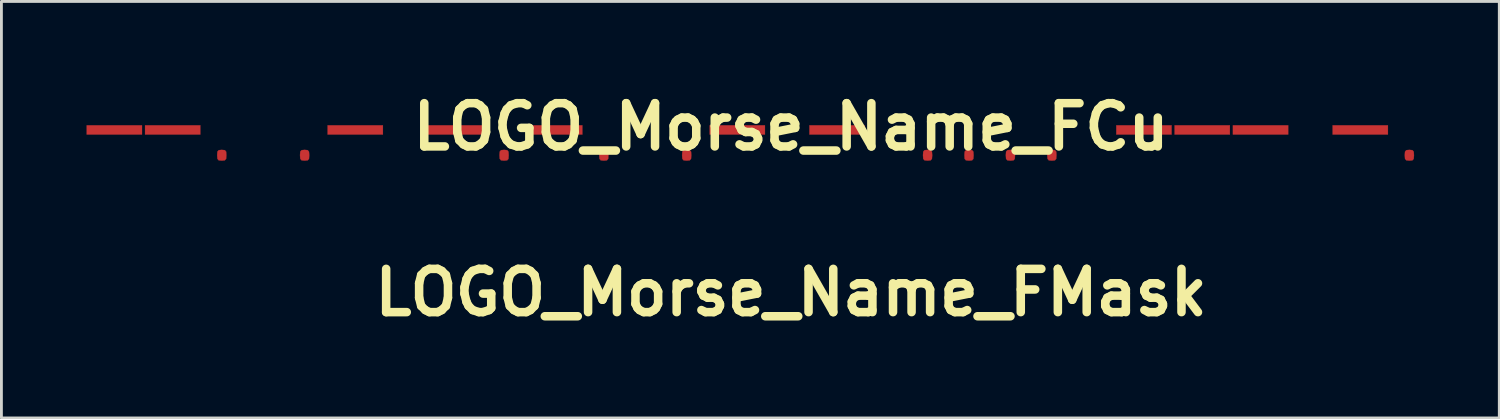
<source format=kicad_pcb>
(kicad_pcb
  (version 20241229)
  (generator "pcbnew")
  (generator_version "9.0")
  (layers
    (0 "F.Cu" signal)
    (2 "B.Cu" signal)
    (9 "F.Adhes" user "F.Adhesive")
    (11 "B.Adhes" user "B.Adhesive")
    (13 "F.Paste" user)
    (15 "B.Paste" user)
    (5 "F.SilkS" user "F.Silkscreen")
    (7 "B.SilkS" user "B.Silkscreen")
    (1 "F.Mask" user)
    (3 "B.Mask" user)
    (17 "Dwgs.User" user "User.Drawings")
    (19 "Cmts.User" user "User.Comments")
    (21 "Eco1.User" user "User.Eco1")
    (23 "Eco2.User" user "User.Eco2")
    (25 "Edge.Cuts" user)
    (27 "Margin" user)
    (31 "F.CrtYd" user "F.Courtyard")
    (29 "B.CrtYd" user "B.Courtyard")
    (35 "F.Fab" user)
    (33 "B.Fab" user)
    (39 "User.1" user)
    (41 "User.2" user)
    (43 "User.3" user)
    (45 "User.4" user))
  (footprint "LOGO_Morse_Name_FMask"
    (layer "F.Cu")
    (at 24.811 7.254)
    (property "Reference" "LOGO_Morse_Name_FMask" (at 0 0 0) (layer "F.SilkS") (effects (font (size 1.524 1.524) (thickness 0.3))))
    (attr through_hole)
    (fp_poly (pts (xy -22.86 0.27) (xy -24.806 0.27) (xy -24.806 -0.054) (xy -22.86 -0.054) (xy -22.86 0.27)) (stroke (width 0.01) (type solid)) (fill yes) (layer "F.Mask"))
    (fp_poly (pts (xy -20.806 0.27) (xy -22.752 0.27) (xy -22.752 -0.054) (xy -20.806 -0.054) (xy -20.806 0.27)) (stroke (width 0.01) (type solid)) (fill yes) (layer "F.Mask"))
    (fp_poly (pts (xy -14.375 0.27) (xy -16.321 0.27) (xy -16.321 -0.054) (xy -14.375 -0.054) (xy -14.375 0.27)) (stroke (width 0.01) (type solid)) (fill yes) (layer "F.Mask"))
    (fp_poly (pts (xy -10.863 0.27) (xy -12.808 0.27) (xy -12.808 -0.054) (xy -10.863 -0.054) (xy -10.863 0.27)) (stroke (width 0.01) (type solid)) (fill yes) (layer "F.Mask"))
    (fp_poly (pts (xy -7.35 0.27) (xy -9.295 0.27) (xy -9.295 -0.054) (xy -7.35 -0.054) (xy -7.35 0.27)) (stroke (width 0.01) (type solid)) (fill yes) (layer "F.Mask"))
    (fp_poly (pts (xy -0.919 0.27) (xy -2.864 0.27) (xy -2.864 -0.054) (xy -0.919 -0.054) (xy -0.919 0.27)) (stroke (width 0.01) (type solid)) (fill yes) (layer "F.Mask"))
    (fp_poly (pts (xy 2.594 0.27) (xy 0.649 0.27) (xy 0.649 -0.054) (xy 2.594 -0.054) (xy 2.594 0.27)) (stroke (width 0.01) (type solid)) (fill yes) (layer "F.Mask"))
    (fp_poly (pts (xy 13.403 0.27) (xy 11.457 0.27) (xy 11.457 -0.054) (xy 13.403 -0.054) (xy 13.403 0.27)) (stroke (width 0.01) (type solid)) (fill yes) (layer "F.Mask"))
    (fp_poly (pts (xy 15.456 0.27) (xy 13.511 0.27) (xy 13.511 -0.054) (xy 15.456 -0.054) (xy 15.456 0.27)) (stroke (width 0.01) (type solid)) (fill yes) (layer "F.Mask"))
    (fp_poly (pts (xy 17.51 0.27) (xy 15.564 0.27) (xy 15.564 -0.054) (xy 17.51 -0.054) (xy 17.51 0.27)) (stroke (width 0.01) (type solid)) (fill yes) (layer "F.Mask"))
    (fp_poly (pts (xy 21.023 0.27) (xy 19.077 0.27) (xy 19.077 -0.054) (xy 21.023 -0.054) (xy 21.023 0.27)) (stroke (width 0.01) (type solid)) (fill yes) (layer "F.Mask"))
    (fp_poly (pts (xy -19.941 0.821) (xy -19.896 0.875) (xy -19.888 1) (xy -19.897 1.127) (xy -19.943 1.179) (xy -20.05 1.189) (xy -20.159 1.178) (xy -20.203 1.125) (xy -20.212 1) (xy -20.203 0.873) (xy -20.157 0.821) (xy -20.05 0.811) (xy -19.941 0.821)) (stroke (width 0.01) (type solid)) (fill yes) (layer "F.Mask"))
    (fp_poly (pts (xy -17.023 0.821) (xy -16.978 0.875) (xy -16.969 1) (xy -16.978 1.127) (xy -17.024 1.179) (xy -17.131 1.189) (xy -17.24 1.178) (xy -17.285 1.125) (xy -17.294 1) (xy -17.285 0.873) (xy -17.239 0.821) (xy -17.131 0.811) (xy -17.023 0.821)) (stroke (width 0.01) (type solid)) (fill yes) (layer "F.Mask"))
    (fp_poly (pts (xy -9.997 0.821) (xy -9.952 0.875) (xy -9.944 1) (xy -9.953 1.127) (xy -9.999 1.179) (xy -10.106 1.189) (xy -10.215 1.178) (xy -10.26 1.125) (xy -10.268 1) (xy -10.259 0.873) (xy -10.213 0.821) (xy -10.106 0.811) (xy -9.997 0.821)) (stroke (width 0.01) (type solid)) (fill yes) (layer "F.Mask"))
    (fp_poly (pts (xy -6.484 0.821) (xy -6.44 0.875) (xy -6.431 1) (xy -6.44 1.127) (xy -6.486 1.179) (xy -6.593 1.189) (xy -6.702 1.178) (xy -6.747 1.125) (xy -6.755 1) (xy -6.746 0.873) (xy -6.7 0.821) (xy -6.593 0.811) (xy -6.484 0.821)) (stroke (width 0.01) (type solid)) (fill yes) (layer "F.Mask"))
    (fp_poly (pts (xy -3.566 0.821) (xy -3.521 0.875) (xy -3.513 1) (xy -3.522 1.127) (xy -3.568 1.179) (xy -3.675 1.189) (xy -3.784 1.178) (xy -3.828 1.125) (xy -3.837 1) (xy -3.828 0.873) (xy -3.782 0.821) (xy -3.675 0.811) (xy -3.566 0.821)) (stroke (width 0.01) (type solid)) (fill yes) (layer "F.Mask"))
    (fp_poly (pts (xy 4.919 0.821) (xy 4.963 0.875) (xy 4.972 1) (xy 4.963 1.127) (xy 4.917 1.179) (xy 4.81 1.189) (xy 4.701 1.178) (xy 4.656 1.125) (xy 4.648 1) (xy 4.657 0.873) (xy 4.703 0.821) (xy 4.81 0.811) (xy 4.919 0.821)) (stroke (width 0.01) (type solid)) (fill yes) (layer "F.Mask"))
    (fp_poly (pts (xy 6.378 0.821) (xy 6.423 0.875) (xy 6.431 1) (xy 6.422 1.127) (xy 6.376 1.179) (xy 6.269 1.189) (xy 6.16 1.178) (xy 6.115 1.125) (xy 6.107 1) (xy 6.116 0.873) (xy 6.162 0.821) (xy 6.269 0.811) (xy 6.378 0.821)) (stroke (width 0.01) (type solid)) (fill yes) (layer "F.Mask"))
    (fp_poly (pts (xy 7.837 0.821) (xy 7.882 0.875) (xy 7.89 1) (xy 7.881 1.127) (xy 7.835 1.179) (xy 7.728 1.189) (xy 7.619 1.178) (xy 7.574 1.125) (xy 7.566 1) (xy 7.575 0.873) (xy 7.621 0.821) (xy 7.728 0.811) (xy 7.837 0.821)) (stroke (width 0.01) (type solid)) (fill yes) (layer "F.Mask"))
    (fp_poly (pts (xy 9.296 0.821) (xy 9.341 0.875) (xy 9.349 1) (xy 9.34 1.127) (xy 9.294 1.179) (xy 9.187 1.189) (xy 9.078 1.178) (xy 9.034 1.125) (xy 9.025 1) (xy 9.034 0.873) (xy 9.08 0.821) (xy 9.187 0.811) (xy 9.296 0.821)) (stroke (width 0.01) (type solid)) (fill yes) (layer "F.Mask"))
    (fp_poly (pts (xy 21.888 0.821) (xy 21.933 0.875) (xy 21.941 1) (xy 21.932 1.127) (xy 21.886 1.179) (xy 21.779 1.189) (xy 21.67 1.178) (xy 21.626 1.125) (xy 21.617 1) (xy 21.626 0.873) (xy 21.672 0.821) (xy 21.779 0.811) (xy 21.888 0.821)) (stroke (width 0.01) (type solid)) (fill yes) (layer "F.Mask")))
  (footprint "LOGO_Morse_Name_FCu"
    (layer "F.Cu")
    (at 24.811 1.418)
    (property "Reference" "LOGO_Morse_Name_FCu" (at 0 0 0) (layer "F.SilkS") (effects (font (size 1.524 1.524) (thickness 0.3))))
    (attr through_hole)
    (fp_poly (pts (xy -22.86 0.27) (xy -24.806 0.27) (xy -24.806 -0.054) (xy -22.86 -0.054) (xy -22.86 0.27)) (stroke (width 0.01) (type solid)) (fill yes) (layer "F.Cu"))
    (fp_poly (pts (xy -20.806 0.27) (xy -22.752 0.27) (xy -22.752 -0.054) (xy -20.806 -0.054) (xy -20.806 0.27)) (stroke (width 0.01) (type solid)) (fill yes) (layer "F.Cu"))
    (fp_poly (pts (xy -14.375 0.27) (xy -16.321 0.27) (xy -16.321 -0.054) (xy -14.375 -0.054) (xy -14.375 0.27)) (stroke (width 0.01) (type solid)) (fill yes) (layer "F.Cu"))
    (fp_poly (pts (xy -10.863 0.27) (xy -12.808 0.27) (xy -12.808 -0.054) (xy -10.863 -0.054) (xy -10.863 0.27)) (stroke (width 0.01) (type solid)) (fill yes) (layer "F.Cu"))
    (fp_poly (pts (xy -7.35 0.27) (xy -9.295 0.27) (xy -9.295 -0.054) (xy -7.35 -0.054) (xy -7.35 0.27)) (stroke (width 0.01) (type solid)) (fill yes) (layer "F.Cu"))
    (fp_poly (pts (xy -0.919 0.27) (xy -2.864 0.27) (xy -2.864 -0.054) (xy -0.919 -0.054) (xy -0.919 0.27)) (stroke (width 0.01) (type solid)) (fill yes) (layer "F.Cu"))
    (fp_poly (pts (xy 2.594 0.27) (xy 0.649 0.27) (xy 0.649 -0.054) (xy 2.594 -0.054) (xy 2.594 0.27)) (stroke (width 0.01) (type solid)) (fill yes) (layer "F.Cu"))
    (fp_poly (pts (xy 13.403 0.27) (xy 11.457 0.27) (xy 11.457 -0.054) (xy 13.403 -0.054) (xy 13.403 0.27)) (stroke (width 0.01) (type solid)) (fill yes) (layer "F.Cu"))
    (fp_poly (pts (xy 15.456 0.27) (xy 13.511 0.27) (xy 13.511 -0.054) (xy 15.456 -0.054) (xy 15.456 0.27)) (stroke (width 0.01) (type solid)) (fill yes) (layer "F.Cu"))
    (fp_poly (pts (xy 17.51 0.27) (xy 15.564 0.27) (xy 15.564 -0.054) (xy 17.51 -0.054) (xy 17.51 0.27)) (stroke (width 0.01) (type solid)) (fill yes) (layer "F.Cu"))
    (fp_poly (pts (xy 21.023 0.27) (xy 19.077 0.27) (xy 19.077 -0.054) (xy 21.023 -0.054) (xy 21.023 0.27)) (stroke (width 0.01) (type solid)) (fill yes) (layer "F.Cu"))
    (fp_poly (pts (xy -19.941 0.821) (xy -19.896 0.875) (xy -19.888 1) (xy -19.897 1.127) (xy -19.943 1.179) (xy -20.05 1.189) (xy -20.159 1.178) (xy -20.203 1.125) (xy -20.212 1) (xy -20.203 0.873) (xy -20.157 0.821) (xy -20.05 0.811) (xy -19.941 0.821)) (stroke (width 0.01) (type solid)) (fill yes) (layer "F.Cu"))
    (fp_poly (pts (xy -17.023 0.821) (xy -16.978 0.875) (xy -16.969 1) (xy -16.978 1.127) (xy -17.024 1.179) (xy -17.131 1.189) (xy -17.24 1.178) (xy -17.285 1.125) (xy -17.294 1) (xy -17.285 0.873) (xy -17.239 0.821) (xy -17.131 0.811) (xy -17.023 0.821)) (stroke (width 0.01) (type solid)) (fill yes) (layer "F.Cu"))
    (fp_poly (pts (xy -9.997 0.821) (xy -9.952 0.875) (xy -9.944 1) (xy -9.953 1.127) (xy -9.999 1.179) (xy -10.106 1.189) (xy -10.215 1.178) (xy -10.26 1.125) (xy -10.268 1) (xy -10.259 0.873) (xy -10.213 0.821) (xy -10.106 0.811) (xy -9.997 0.821)) (stroke (width 0.01) (type solid)) (fill yes) (layer "F.Cu"))
    (fp_poly (pts (xy -6.484 0.821) (xy -6.44 0.875) (xy -6.431 1) (xy -6.44 1.127) (xy -6.486 1.179) (xy -6.593 1.189) (xy -6.702 1.178) (xy -6.747 1.125) (xy -6.755 1) (xy -6.746 0.873) (xy -6.7 0.821) (xy -6.593 0.811) (xy -6.484 0.821)) (stroke (width 0.01) (type solid)) (fill yes) (layer "F.Cu"))
    (fp_poly (pts (xy -3.566 0.821) (xy -3.521 0.875) (xy -3.513 1) (xy -3.522 1.127) (xy -3.568 1.179) (xy -3.675 1.189) (xy -3.784 1.178) (xy -3.828 1.125) (xy -3.837 1) (xy -3.828 0.873) (xy -3.782 0.821) (xy -3.675 0.811) (xy -3.566 0.821)) (stroke (width 0.01) (type solid)) (fill yes) (layer "F.Cu"))
    (fp_poly (pts (xy 4.919 0.821) (xy 4.963 0.875) (xy 4.972 1) (xy 4.963 1.127) (xy 4.917 1.179) (xy 4.81 1.189) (xy 4.701 1.178) (xy 4.656 1.125) (xy 4.648 1) (xy 4.657 0.873) (xy 4.703 0.821) (xy 4.81 0.811) (xy 4.919 0.821)) (stroke (width 0.01) (type solid)) (fill yes) (layer "F.Cu"))
    (fp_poly (pts (xy 6.378 0.821) (xy 6.423 0.875) (xy 6.431 1) (xy 6.422 1.127) (xy 6.376 1.179) (xy 6.269 1.189) (xy 6.16 1.178) (xy 6.115 1.125) (xy 6.107 1) (xy 6.116 0.873) (xy 6.162 0.821) (xy 6.269 0.811) (xy 6.378 0.821)) (stroke (width 0.01) (type solid)) (fill yes) (layer "F.Cu"))
    (fp_poly (pts (xy 7.837 0.821) (xy 7.882 0.875) (xy 7.89 1) (xy 7.881 1.127) (xy 7.835 1.179) (xy 7.728 1.189) (xy 7.619 1.178) (xy 7.574 1.125) (xy 7.566 1) (xy 7.575 0.873) (xy 7.621 0.821) (xy 7.728 0.811) (xy 7.837 0.821)) (stroke (width 0.01) (type solid)) (fill yes) (layer "F.Cu"))
    (fp_poly (pts (xy 9.296 0.821) (xy 9.341 0.875) (xy 9.349 1) (xy 9.34 1.127) (xy 9.294 1.179) (xy 9.187 1.189) (xy 9.078 1.178) (xy 9.034 1.125) (xy 9.025 1) (xy 9.034 0.873) (xy 9.08 0.821) (xy 9.187 0.811) (xy 9.296 0.821)) (stroke (width 0.01) (type solid)) (fill yes) (layer "F.Cu"))
    (fp_poly (pts (xy 21.888 0.821) (xy 21.933 0.875) (xy 21.941 1) (xy 21.932 1.127) (xy 21.886 1.179) (xy 21.779 1.189) (xy 21.67 1.178) (xy 21.626 1.125) (xy 21.617 1) (xy 21.626 0.873) (xy 21.672 0.821) (xy 21.779 0.811) (xy 21.888 0.821)) (stroke (width 0.01) (type solid)) (fill yes) (layer "F.Cu")))
  (gr_rect
    (start -3 -3)
    (end 49.757 11.672)
    (stroke (width 0.1) (type default))
    (fill no)
    (layer "Edge.Cuts")))
</source>
